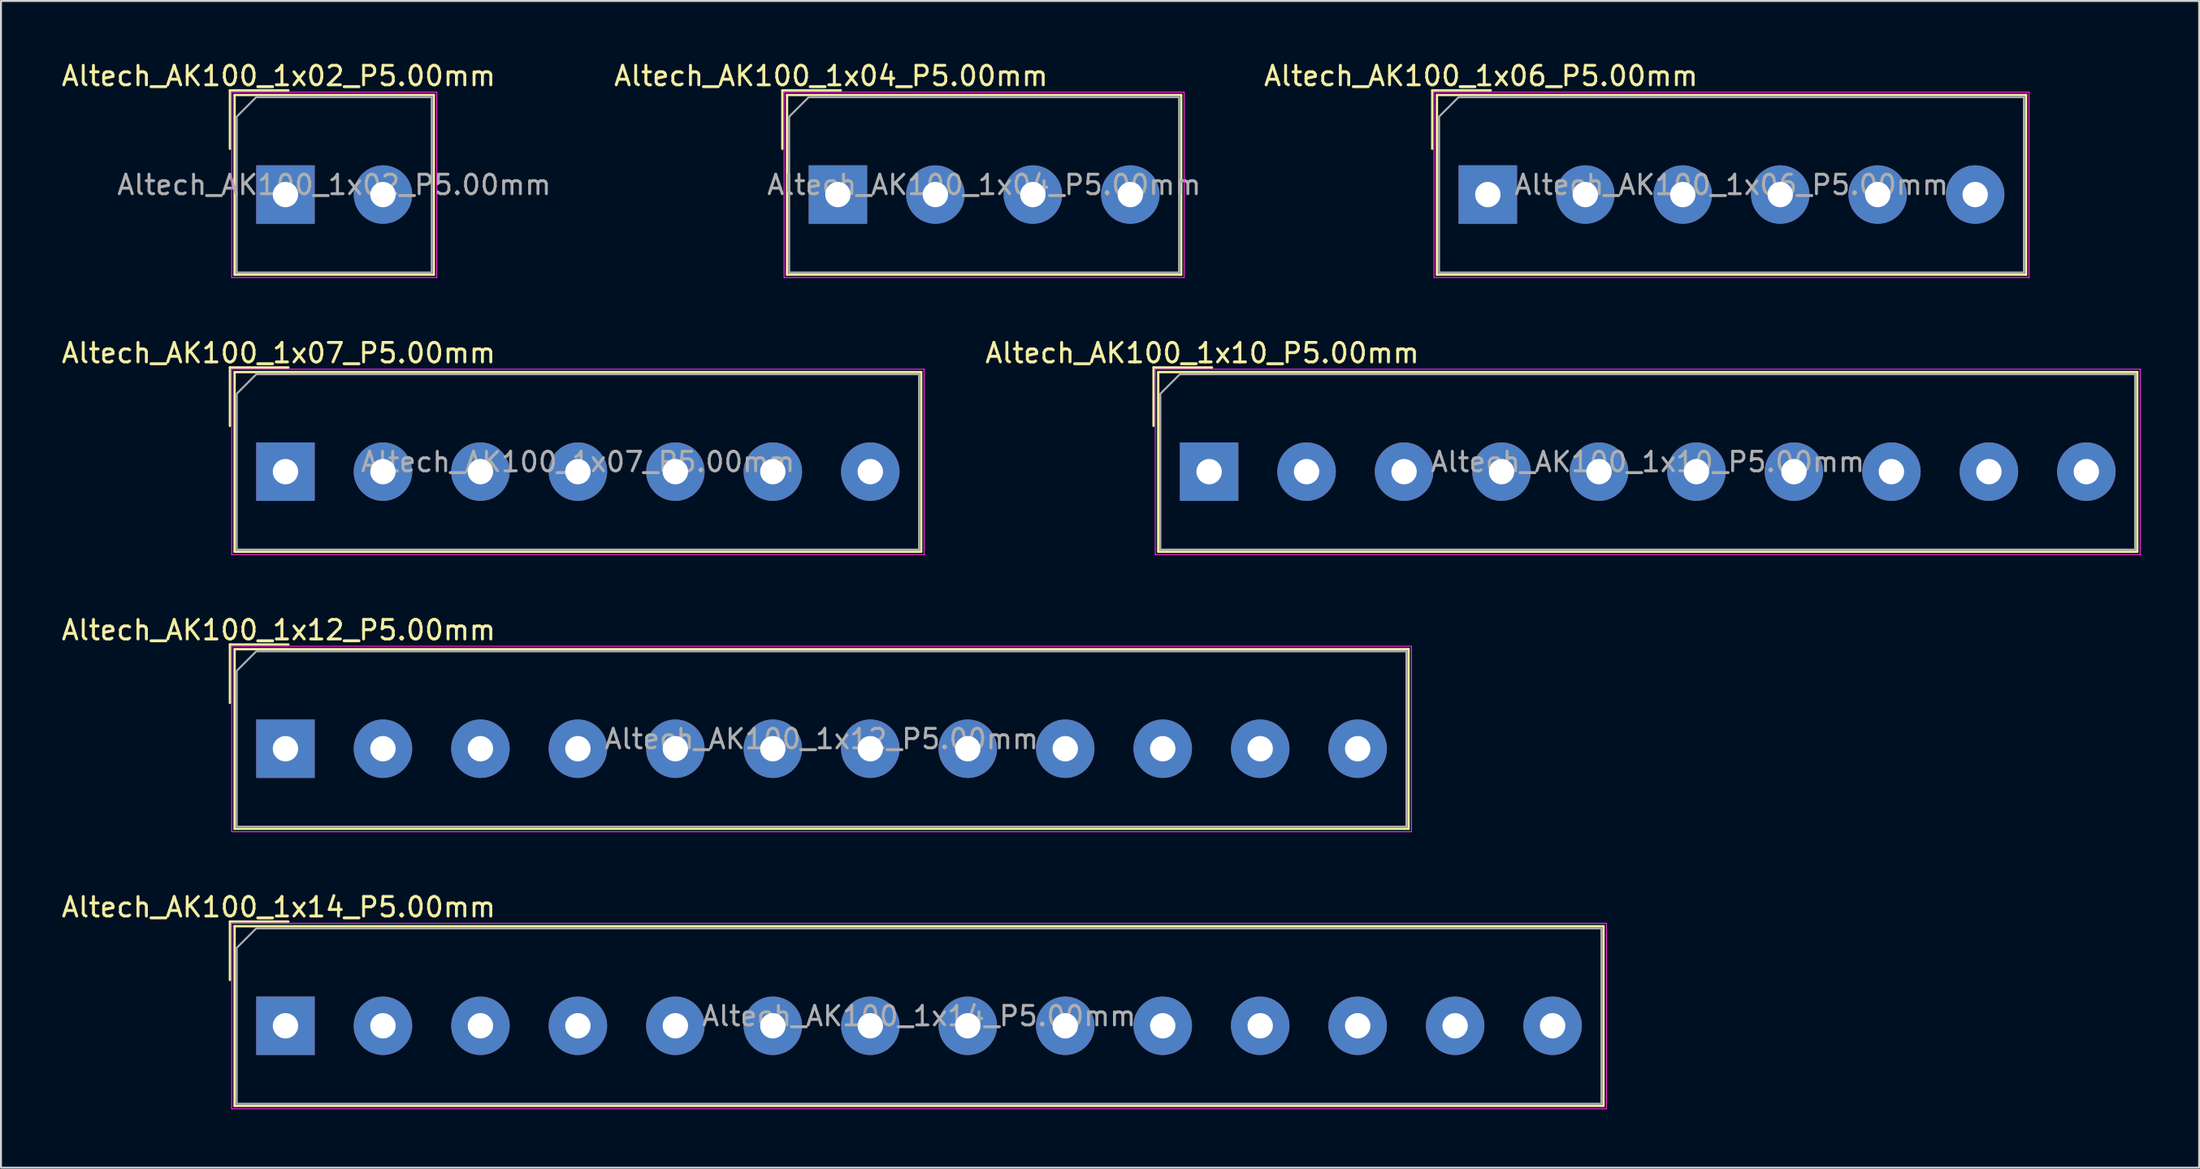
<source format=kicad_pcb>
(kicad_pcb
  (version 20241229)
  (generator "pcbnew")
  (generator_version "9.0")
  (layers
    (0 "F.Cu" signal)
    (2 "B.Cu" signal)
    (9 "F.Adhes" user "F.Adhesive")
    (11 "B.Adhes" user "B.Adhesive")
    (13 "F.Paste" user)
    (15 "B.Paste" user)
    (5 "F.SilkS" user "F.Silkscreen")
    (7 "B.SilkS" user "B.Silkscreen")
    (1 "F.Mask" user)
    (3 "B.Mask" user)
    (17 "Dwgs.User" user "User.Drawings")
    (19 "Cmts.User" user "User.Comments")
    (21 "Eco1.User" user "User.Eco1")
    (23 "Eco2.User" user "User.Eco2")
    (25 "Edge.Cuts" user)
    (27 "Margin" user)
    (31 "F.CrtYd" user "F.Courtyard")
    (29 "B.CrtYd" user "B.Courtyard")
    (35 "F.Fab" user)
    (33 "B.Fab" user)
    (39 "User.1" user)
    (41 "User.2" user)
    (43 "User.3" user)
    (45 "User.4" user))
  (footprint "Altech_AK100_1x04_P5.00mm"
    (layer "F.Cu")
    (at 39.932 6.938)
    (property "Reference" "Altech_AK100_1x04_P5.00mm" (at -0.35 -6.09 0) (layer "F.SilkS") (effects (font (size 1 1) (thickness 0.15))))
    (attr through_hole)
    (fp_line (start -2.85 -5.35) (end 0.15 -5.35) (stroke (width 0.12) (type solid)) (layer "F.SilkS"))
    (fp_line (start -2.85 -2.35) (end -2.85 -5.35) (stroke (width 0.12) (type solid)) (layer "F.SilkS"))
    (fp_line (start -2.61 -5.11) (end -2.61 4.11) (stroke (width 0.12) (type solid)) (layer "F.SilkS"))
    (fp_line (start -2.61 -5.11) (end 17.61 -5.11) (stroke (width 0.12) (type solid)) (layer "F.SilkS"))
    (fp_line (start -2.61 4.11) (end 17.61 4.11) (stroke (width 0.12) (type solid)) (layer "F.SilkS"))
    (fp_line (start 17.61 -5.11) (end 17.61 4.11) (stroke (width 0.12) (type solid)) (layer "F.SilkS"))
    (fp_line (start -2.76 -5.26) (end -2.76 4.26) (stroke (width 0.05) (type solid)) (layer "F.CrtYd"))
    (fp_line (start -2.76 4.26) (end 17.76 4.26) (stroke (width 0.05) (type solid)) (layer "F.CrtYd"))
    (fp_line (start 17.76 -5.26) (end -2.76 -5.26) (stroke (width 0.05) (type solid)) (layer "F.CrtYd"))
    (fp_line (start 17.76 4.26) (end 17.76 -5.26) (stroke (width 0.05) (type solid)) (layer "F.CrtYd"))
    (fp_poly (pts (xy -2.5 -4) (xy -2.5 4) (xy 17.5 4) (xy 17.5 -5) (xy -1.5 -5)) (stroke (width 0.1) (type solid)) (fill no) (layer "F.Fab"))
    (fp_text user "${REFERENCE}" (at 7.5 -0.5 0) (layer "F.Fab") (effects (font (size 1 1) (thickness 0.15))))
    (pad "1" thru_hole rect (at 0 0) (size 3 3) (drill 1.3) (layers "*.Cu" "*.Mask"))
    (pad "2" thru_hole circle (at 5 0) (size 3 3) (drill 1.3) (layers "*.Cu" "*.Mask"))
    (pad "3" thru_hole circle (at 10 0) (size 3 3) (drill 1.3) (layers "*.Cu" "*.Mask"))
    (pad "4" thru_hole circle (at 15 0) (size 3 3) (drill 1.3) (layers "*.Cu" "*.Mask")))
  (footprint "Altech_AK100_1x07_P5.00mm"
    (layer "F.Cu")
    (at 11.594 21.162)
    (property "Reference" "Altech_AK100_1x07_P5.00mm" (at -0.35 -6.09 0) (layer "F.SilkS") (effects (font (size 1 1) (thickness 0.15))))
    (attr through_hole)
    (fp_line (start -2.85 -5.35) (end 0.15 -5.35) (stroke (width 0.12) (type solid)) (layer "F.SilkS"))
    (fp_line (start -2.85 -2.35) (end -2.85 -5.35) (stroke (width 0.12) (type solid)) (layer "F.SilkS"))
    (fp_line (start -2.61 -5.11) (end -2.61 4.11) (stroke (width 0.12) (type solid)) (layer "F.SilkS"))
    (fp_line (start -2.61 -5.11) (end 32.61 -5.11) (stroke (width 0.12) (type solid)) (layer "F.SilkS"))
    (fp_line (start -2.61 4.11) (end 32.61 4.11) (stroke (width 0.12) (type solid)) (layer "F.SilkS"))
    (fp_line (start 32.61 -5.11) (end 32.61 4.11) (stroke (width 0.12) (type solid)) (layer "F.SilkS"))
    (fp_line (start -2.76 -5.26) (end -2.76 4.26) (stroke (width 0.05) (type solid)) (layer "F.CrtYd"))
    (fp_line (start -2.76 4.26) (end 32.76 4.26) (stroke (width 0.05) (type solid)) (layer "F.CrtYd"))
    (fp_line (start 32.76 -5.26) (end -2.76 -5.26) (stroke (width 0.05) (type solid)) (layer "F.CrtYd"))
    (fp_line (start 32.76 4.26) (end 32.76 -5.26) (stroke (width 0.05) (type solid)) (layer "F.CrtYd"))
    (fp_poly (pts (xy -2.5 -4) (xy -2.5 4) (xy 32.5 4) (xy 32.5 -5) (xy -1.5 -5)) (stroke (width 0.1) (type solid)) (fill no) (layer "F.Fab"))
    (fp_text user "${REFERENCE}" (at 15 -0.5 0) (layer "F.Fab") (effects (font (size 1 1) (thickness 0.15))))
    (pad "1" thru_hole rect (at 0 0) (size 3 3) (drill 1.3) (layers "*.Cu" "*.Mask"))
    (pad "2" thru_hole circle (at 5 0) (size 3 3) (drill 1.3) (layers "*.Cu" "*.Mask"))
    (pad "3" thru_hole circle (at 10 0) (size 3 3) (drill 1.3) (layers "*.Cu" "*.Mask"))
    (pad "4" thru_hole circle (at 15 0) (size 3 3) (drill 1.3) (layers "*.Cu" "*.Mask"))
    (pad "5" thru_hole circle (at 20 0) (size 3 3) (drill 1.3) (layers "*.Cu" "*.Mask"))
    (pad "6" thru_hole circle (at 25 0) (size 3 3) (drill 1.3) (layers "*.Cu" "*.Mask"))
    (pad "7" thru_hole circle (at 30 0) (size 3 3) (drill 1.3) (layers "*.Cu" "*.Mask")))
  (footprint "Altech_AK100_1x10_P5.00mm"
    (layer "F.Cu")
    (at 58.973 21.162)
    (property "Reference" "Altech_AK100_1x10_P5.00mm" (at -0.35 -6.09 0) (layer "F.SilkS") (effects (font (size 1 1) (thickness 0.15))))
    (attr through_hole)
    (fp_line (start -2.85 -5.35) (end 0.15 -5.35) (stroke (width 0.12) (type solid)) (layer "F.SilkS"))
    (fp_line (start -2.85 -2.35) (end -2.85 -5.35) (stroke (width 0.12) (type solid)) (layer "F.SilkS"))
    (fp_line (start -2.61 -5.11) (end -2.61 4.11) (stroke (width 0.12) (type solid)) (layer "F.SilkS"))
    (fp_line (start -2.61 -5.11) (end 47.61 -5.11) (stroke (width 0.12) (type solid)) (layer "F.SilkS"))
    (fp_line (start -2.61 4.11) (end 47.61 4.11) (stroke (width 0.12) (type solid)) (layer "F.SilkS"))
    (fp_line (start 47.61 -5.11) (end 47.61 4.11) (stroke (width 0.12) (type solid)) (layer "F.SilkS"))
    (fp_line (start -2.76 -5.26) (end -2.76 4.26) (stroke (width 0.05) (type solid)) (layer "F.CrtYd"))
    (fp_line (start -2.76 4.26) (end 47.76 4.26) (stroke (width 0.05) (type solid)) (layer "F.CrtYd"))
    (fp_line (start 47.76 -5.26) (end -2.76 -5.26) (stroke (width 0.05) (type solid)) (layer "F.CrtYd"))
    (fp_line (start 47.76 4.26) (end 47.76 -5.26) (stroke (width 0.05) (type solid)) (layer "F.CrtYd"))
    (fp_poly (pts (xy -2.5 -4) (xy -2.5 4) (xy 47.5 4) (xy 47.5 -5) (xy -1.5 -5)) (stroke (width 0.1) (type solid)) (fill no) (layer "F.Fab"))
    (fp_text user "${REFERENCE}" (at 22.5 -0.5 0) (layer "F.Fab") (effects (font (size 1 1) (thickness 0.15))))
    (pad "1" thru_hole rect (at 0 0) (size 3 3) (drill 1.3) (layers "*.Cu" "*.Mask"))
    (pad "2" thru_hole circle (at 5 0) (size 3 3) (drill 1.3) (layers "*.Cu" "*.Mask"))
    (pad "3" thru_hole circle (at 10 0) (size 3 3) (drill 1.3) (layers "*.Cu" "*.Mask"))
    (pad "4" thru_hole circle (at 15 0) (size 3 3) (drill 1.3) (layers "*.Cu" "*.Mask"))
    (pad "5" thru_hole circle (at 20 0) (size 3 3) (drill 1.3) (layers "*.Cu" "*.Mask"))
    (pad "6" thru_hole circle (at 25 0) (size 3 3) (drill 1.3) (layers "*.Cu" "*.Mask"))
    (pad "7" thru_hole circle (at 30 0) (size 3 3) (drill 1.3) (layers "*.Cu" "*.Mask"))
    (pad "8" thru_hole circle (at 35 0) (size 3 3) (drill 1.3) (layers "*.Cu" "*.Mask"))
    (pad "9" thru_hole circle (at 40 0) (size 3 3) (drill 1.3) (layers "*.Cu" "*.Mask"))
    (pad "10" thru_hole circle (at 45 0) (size 3 3) (drill 1.3) (layers "*.Cu" "*.Mask")))
  (footprint "Altech_AK100_1x12_P5.00mm"
    (layer "F.Cu")
    (at 11.594 35.385)
    (property "Reference" "Altech_AK100_1x12_P5.00mm" (at -0.35 -6.09 0) (layer "F.SilkS") (effects (font (size 1 1) (thickness 0.15))))
    (attr through_hole)
    (fp_line (start -2.85 -5.35) (end 0.15 -5.35) (stroke (width 0.12) (type solid)) (layer "F.SilkS"))
    (fp_line (start -2.85 -2.35) (end -2.85 -5.35) (stroke (width 0.12) (type solid)) (layer "F.SilkS"))
    (fp_line (start -2.61 -5.11) (end -2.61 4.11) (stroke (width 0.12) (type solid)) (layer "F.SilkS"))
    (fp_line (start -2.61 -5.11) (end 57.61 -5.11) (stroke (width 0.12) (type solid)) (layer "F.SilkS"))
    (fp_line (start -2.61 4.11) (end 57.61 4.11) (stroke (width 0.12) (type solid)) (layer "F.SilkS"))
    (fp_line (start 57.61 -5.11) (end 57.61 4.11) (stroke (width 0.12) (type solid)) (layer "F.SilkS"))
    (fp_line (start -2.76 -5.26) (end -2.76 4.26) (stroke (width 0.05) (type solid)) (layer "F.CrtYd"))
    (fp_line (start -2.76 4.26) (end 57.76 4.26) (stroke (width 0.05) (type solid)) (layer "F.CrtYd"))
    (fp_line (start 57.76 -5.26) (end -2.76 -5.26) (stroke (width 0.05) (type solid)) (layer "F.CrtYd"))
    (fp_line (start 57.76 4.26) (end 57.76 -5.26) (stroke (width 0.05) (type solid)) (layer "F.CrtYd"))
    (fp_poly (pts (xy -2.5 -4) (xy -2.5 4) (xy 57.5 4) (xy 57.5 -5) (xy -1.5 -5)) (stroke (width 0.1) (type solid)) (fill no) (layer "F.Fab"))
    (fp_text user "${REFERENCE}" (at 27.5 -0.5 0) (layer "F.Fab") (effects (font (size 1 1) (thickness 0.15))))
    (pad "1" thru_hole rect (at 0 0) (size 3 3) (drill 1.3) (layers "*.Cu" "*.Mask"))
    (pad "2" thru_hole circle (at 5 0) (size 3 3) (drill 1.3) (layers "*.Cu" "*.Mask"))
    (pad "3" thru_hole circle (at 10 0) (size 3 3) (drill 1.3) (layers "*.Cu" "*.Mask"))
    (pad "4" thru_hole circle (at 15 0) (size 3 3) (drill 1.3) (layers "*.Cu" "*.Mask"))
    (pad "5" thru_hole circle (at 20 0) (size 3 3) (drill 1.3) (layers "*.Cu" "*.Mask"))
    (pad "6" thru_hole circle (at 25 0) (size 3 3) (drill 1.3) (layers "*.Cu" "*.Mask"))
    (pad "7" thru_hole circle (at 30 0) (size 3 3) (drill 1.3) (layers "*.Cu" "*.Mask"))
    (pad "8" thru_hole circle (at 35 0) (size 3 3) (drill 1.3) (layers "*.Cu" "*.Mask"))
    (pad "9" thru_hole circle (at 40 0) (size 3 3) (drill 1.3) (layers "*.Cu" "*.Mask"))
    (pad "10" thru_hole circle (at 45 0) (size 3 3) (drill 1.3) (layers "*.Cu" "*.Mask"))
    (pad "11" thru_hole circle (at 50 0) (size 3 3) (drill 1.3) (layers "*.Cu" "*.Mask"))
    (pad "12" thru_hole circle (at 55 0) (size 3 3) (drill 1.3) (layers "*.Cu" "*.Mask")))
  (footprint "Altech_AK100_1x02_P5.00mm"
    (layer "F.Cu")
    (at 11.594 6.938)
    (property "Reference" "Altech_AK100_1x02_P5.00mm" (at -0.35 -6.09 0) (layer "F.SilkS") (effects (font (size 1 1) (thickness 0.15))))
    (attr through_hole)
    (fp_line (start -2.85 -5.35) (end 0.15 -5.35) (stroke (width 0.12) (type solid)) (layer "F.SilkS"))
    (fp_line (start -2.85 -2.35) (end -2.85 -5.35) (stroke (width 0.12) (type solid)) (layer "F.SilkS"))
    (fp_line (start -2.61 -5.11) (end -2.61 4.11) (stroke (width 0.12) (type solid)) (layer "F.SilkS"))
    (fp_line (start -2.61 -5.11) (end 7.61 -5.11) (stroke (width 0.12) (type solid)) (layer "F.SilkS"))
    (fp_line (start -2.61 4.11) (end 7.61 4.11) (stroke (width 0.12) (type solid)) (layer "F.SilkS"))
    (fp_line (start 7.61 -5.11) (end 7.61 4.11) (stroke (width 0.12) (type solid)) (layer "F.SilkS"))
    (fp_line (start -2.76 -5.26) (end -2.76 4.26) (stroke (width 0.05) (type solid)) (layer "F.CrtYd"))
    (fp_line (start -2.76 4.26) (end 7.76 4.26) (stroke (width 0.05) (type solid)) (layer "F.CrtYd"))
    (fp_line (start 7.76 -5.26) (end -2.76 -5.26) (stroke (width 0.05) (type solid)) (layer "F.CrtYd"))
    (fp_line (start 7.76 4.26) (end 7.76 -5.26) (stroke (width 0.05) (type solid)) (layer "F.CrtYd"))
    (fp_poly (pts (xy -2.5 -4) (xy -2.5 4) (xy 7.5 4) (xy 7.5 -5) (xy -1.5 -5)) (stroke (width 0.1) (type solid)) (fill no) (layer "F.Fab"))
    (fp_text user "${REFERENCE}" (at 2.5 -0.5 0) (layer "F.Fab") (effects (font (size 1 1) (thickness 0.15))))
    (pad "1" thru_hole rect (at 0 0) (size 3 3) (drill 1.3) (layers "*.Cu" "*.Mask"))
    (pad "2" thru_hole circle (at 5 0) (size 3 3) (drill 1.3) (layers "*.Cu" "*.Mask")))
  (footprint "Altech_AK100_1x06_P5.00mm"
    (layer "F.Cu")
    (at 73.27 6.938)
    (property "Reference" "Altech_AK100_1x06_P5.00mm" (at -0.35 -6.09 0) (layer "F.SilkS") (effects (font (size 1 1) (thickness 0.15))))
    (attr through_hole)
    (fp_line (start -2.85 -5.35) (end 0.15 -5.35) (stroke (width 0.12) (type solid)) (layer "F.SilkS"))
    (fp_line (start -2.85 -2.35) (end -2.85 -5.35) (stroke (width 0.12) (type solid)) (layer "F.SilkS"))
    (fp_line (start -2.61 -5.11) (end -2.61 4.11) (stroke (width 0.12) (type solid)) (layer "F.SilkS"))
    (fp_line (start -2.61 -5.11) (end 27.61 -5.11) (stroke (width 0.12) (type solid)) (layer "F.SilkS"))
    (fp_line (start -2.61 4.11) (end 27.61 4.11) (stroke (width 0.12) (type solid)) (layer "F.SilkS"))
    (fp_line (start 27.61 -5.11) (end 27.61 4.11) (stroke (width 0.12) (type solid)) (layer "F.SilkS"))
    (fp_line (start -2.76 -5.26) (end -2.76 4.26) (stroke (width 0.05) (type solid)) (layer "F.CrtYd"))
    (fp_line (start -2.76 4.26) (end 27.76 4.26) (stroke (width 0.05) (type solid)) (layer "F.CrtYd"))
    (fp_line (start 27.76 -5.26) (end -2.76 -5.26) (stroke (width 0.05) (type solid)) (layer "F.CrtYd"))
    (fp_line (start 27.76 4.26) (end 27.76 -5.26) (stroke (width 0.05) (type solid)) (layer "F.CrtYd"))
    (fp_poly (pts (xy -2.5 -4) (xy -2.5 4) (xy 27.5 4) (xy 27.5 -5) (xy -1.5 -5)) (stroke (width 0.1) (type solid)) (fill no) (layer "F.Fab"))
    (fp_text user "${REFERENCE}" (at 12.5 -0.5 0) (layer "F.Fab") (effects (font (size 1 1) (thickness 0.15))))
    (pad "1" thru_hole rect (at 0 0) (size 3 3) (drill 1.3) (layers "*.Cu" "*.Mask"))
    (pad "2" thru_hole circle (at 5 0) (size 3 3) (drill 1.3) (layers "*.Cu" "*.Mask"))
    (pad "3" thru_hole circle (at 10 0) (size 3 3) (drill 1.3) (layers "*.Cu" "*.Mask"))
    (pad "4" thru_hole circle (at 15 0) (size 3 3) (drill 1.3) (layers "*.Cu" "*.Mask"))
    (pad "5" thru_hole circle (at 20 0) (size 3 3) (drill 1.3) (layers "*.Cu" "*.Mask"))
    (pad "6" thru_hole circle (at 25 0) (size 3 3) (drill 1.3) (layers "*.Cu" "*.Mask")))
  (footprint "Altech_AK100_1x14_P5.00mm"
    (layer "F.Cu")
    (at 11.594 49.608)
    (property "Reference" "Altech_AK100_1x14_P5.00mm" (at -0.35 -6.09 0) (layer "F.SilkS") (effects (font (size 1 1) (thickness 0.15))))
    (attr through_hole)
    (fp_line (start -2.85 -5.35) (end 0.15 -5.35) (stroke (width 0.12) (type solid)) (layer "F.SilkS"))
    (fp_line (start -2.85 -2.35) (end -2.85 -5.35) (stroke (width 0.12) (type solid)) (layer "F.SilkS"))
    (fp_line (start -2.61 -5.11) (end -2.61 4.11) (stroke (width 0.12) (type solid)) (layer "F.SilkS"))
    (fp_line (start -2.61 -5.11) (end 67.61 -5.11) (stroke (width 0.12) (type solid)) (layer "F.SilkS"))
    (fp_line (start -2.61 4.11) (end 67.61 4.11) (stroke (width 0.12) (type solid)) (layer "F.SilkS"))
    (fp_line (start 67.61 -5.11) (end 67.61 4.11) (stroke (width 0.12) (type solid)) (layer "F.SilkS"))
    (fp_line (start -2.76 -5.26) (end -2.76 4.26) (stroke (width 0.05) (type solid)) (layer "F.CrtYd"))
    (fp_line (start -2.76 4.26) (end 67.76 4.26) (stroke (width 0.05) (type solid)) (layer "F.CrtYd"))
    (fp_line (start 67.76 -5.26) (end -2.76 -5.26) (stroke (width 0.05) (type solid)) (layer "F.CrtYd"))
    (fp_line (start 67.76 4.26) (end 67.76 -5.26) (stroke (width 0.05) (type solid)) (layer "F.CrtYd"))
    (fp_poly (pts (xy -2.5 -4) (xy -2.5 4) (xy 67.5 4) (xy 67.5 -5) (xy -1.5 -5)) (stroke (width 0.1) (type solid)) (fill no) (layer "F.Fab"))
    (fp_text user "${REFERENCE}" (at 32.5 -0.5 0) (layer "F.Fab") (effects (font (size 1 1) (thickness 0.15))))
    (pad "1" thru_hole rect (at 0 0) (size 3 3) (drill 1.3) (layers "*.Cu" "*.Mask"))
    (pad "2" thru_hole circle (at 5 0) (size 3 3) (drill 1.3) (layers "*.Cu" "*.Mask"))
    (pad "3" thru_hole circle (at 10 0) (size 3 3) (drill 1.3) (layers "*.Cu" "*.Mask"))
    (pad "4" thru_hole circle (at 15 0) (size 3 3) (drill 1.3) (layers "*.Cu" "*.Mask"))
    (pad "5" thru_hole circle (at 20 0) (size 3 3) (drill 1.3) (layers "*.Cu" "*.Mask"))
    (pad "6" thru_hole circle (at 25 0) (size 3 3) (drill 1.3) (layers "*.Cu" "*.Mask"))
    (pad "7" thru_hole circle (at 30 0) (size 3 3) (drill 1.3) (layers "*.Cu" "*.Mask"))
    (pad "8" thru_hole circle (at 35 0) (size 3 3) (drill 1.3) (layers "*.Cu" "*.Mask"))
    (pad "9" thru_hole circle (at 40 0) (size 3 3) (drill 1.3) (layers "*.Cu" "*.Mask"))
    (pad "10" thru_hole circle (at 45 0) (size 3 3) (drill 1.3) (layers "*.Cu" "*.Mask"))
    (pad "11" thru_hole circle (at 50 0) (size 3 3) (drill 1.3) (layers "*.Cu" "*.Mask"))
    (pad "12" thru_hole circle (at 55 0) (size 3 3) (drill 1.3) (layers "*.Cu" "*.Mask"))
    (pad "13" thru_hole circle (at 60 0) (size 3 3) (drill 1.3) (layers "*.Cu" "*.Mask"))
    (pad "14" thru_hole circle (at 65 0) (size 3 3) (drill 1.3) (layers "*.Cu" "*.Mask")))
  (gr_rect
    (start -3 -3)
    (end 109.758 56.893)
    (stroke (width 0.1) (type default))
    (fill no)
    (layer "Edge.Cuts")))
</source>
